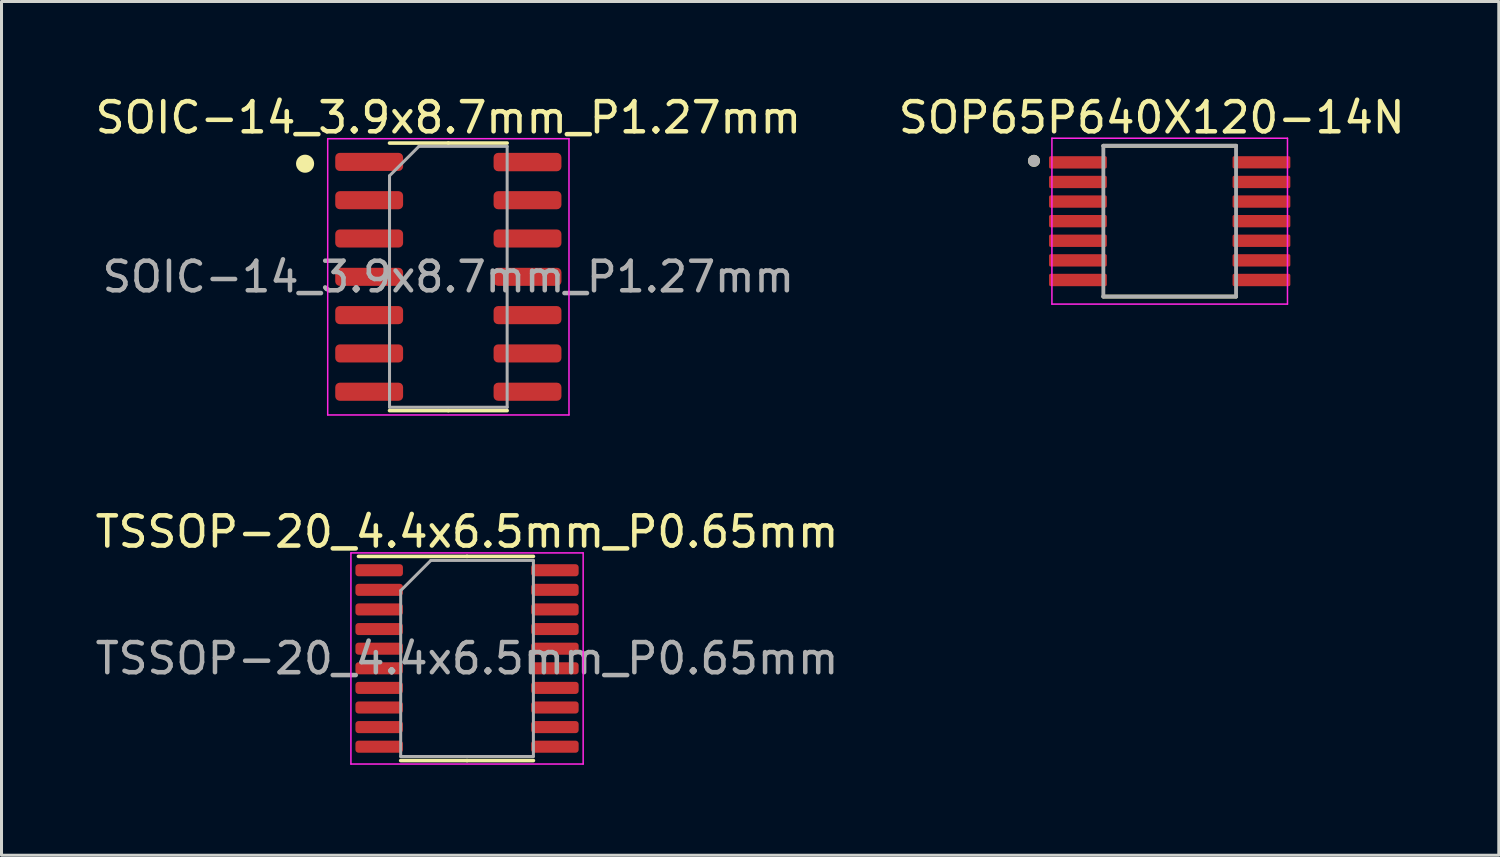
<source format=kicad_pcb>
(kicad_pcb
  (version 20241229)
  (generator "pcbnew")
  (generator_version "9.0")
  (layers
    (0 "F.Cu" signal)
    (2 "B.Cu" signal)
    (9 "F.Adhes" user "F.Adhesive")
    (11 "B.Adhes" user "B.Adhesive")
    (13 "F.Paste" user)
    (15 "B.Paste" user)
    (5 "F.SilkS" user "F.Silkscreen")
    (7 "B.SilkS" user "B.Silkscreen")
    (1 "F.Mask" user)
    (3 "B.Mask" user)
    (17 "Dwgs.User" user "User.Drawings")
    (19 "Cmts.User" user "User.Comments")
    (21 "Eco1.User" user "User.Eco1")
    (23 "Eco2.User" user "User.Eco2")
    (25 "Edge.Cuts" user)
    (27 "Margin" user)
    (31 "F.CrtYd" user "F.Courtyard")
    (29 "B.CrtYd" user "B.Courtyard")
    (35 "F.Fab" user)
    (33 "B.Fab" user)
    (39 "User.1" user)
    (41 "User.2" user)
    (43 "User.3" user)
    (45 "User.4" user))
  (footprint "TSSOP-20_4.4x6.5mm_P0.65mm"
    (layer "F.Cu")
    (at 12.435 18.782)
    (property "Reference" "TSSOP-20_4.4x6.5mm_P0.65mm" (at 0 -4.2 180) (layer "F.SilkS") (effects (font (size 1 1) (thickness 0.15))))
    (attr smd)
    (fp_line (start 0 -3.385) (end -3.6 -3.385) (stroke (width 0.12) (type solid)) (layer "F.SilkS"))
    (fp_line (start 0 -3.385) (end 2.2 -3.385) (stroke (width 0.12) (type solid)) (layer "F.SilkS"))
    (fp_line (start 0 3.385) (end -2.2 3.385) (stroke (width 0.12) (type solid)) (layer "F.SilkS"))
    (fp_line (start 0 3.385) (end 2.2 3.385) (stroke (width 0.12) (type solid)) (layer "F.SilkS"))
    (fp_line (start -3.85 -3.5) (end -3.85 3.5) (stroke (width 0.05) (type solid)) (layer "F.CrtYd"))
    (fp_line (start -3.85 3.5) (end 3.85 3.5) (stroke (width 0.05) (type solid)) (layer "F.CrtYd"))
    (fp_line (start 3.85 -3.5) (end -3.85 -3.5) (stroke (width 0.05) (type solid)) (layer "F.CrtYd"))
    (fp_line (start 3.85 3.5) (end 3.85 -3.5) (stroke (width 0.05) (type solid)) (layer "F.CrtYd"))
    (fp_line (start -2.2 -2.25) (end -1.2 -3.25) (stroke (width 0.1) (type solid)) (layer "F.Fab"))
    (fp_line (start -2.2 3.25) (end -2.2 -2.25) (stroke (width 0.1) (type solid)) (layer "F.Fab"))
    (fp_line (start -1.2 -3.25) (end 2.2 -3.25) (stroke (width 0.1) (type solid)) (layer "F.Fab"))
    (fp_line (start 2.2 -3.25) (end 2.2 3.25) (stroke (width 0.1) (type solid)) (layer "F.Fab"))
    (fp_line (start 2.2 3.25) (end -2.2 3.25) (stroke (width 0.1) (type solid)) (layer "F.Fab"))
    (fp_text user "${REFERENCE}" (at 0 0 180) (layer "F.Fab") (effects (font (size 1 1) (thickness 0.15))))
    (pad "1" smd roundrect (at -2.913 -2.925) (size 1.575 0.4) (layers "F.Cu" "F.Mask" "F.Paste") (roundrect_rratio 0.25))
    (pad "2" smd roundrect (at -2.913 -2.275) (size 1.575 0.4) (layers "F.Cu" "F.Mask" "F.Paste") (roundrect_rratio 0.25))
    (pad "3" smd roundrect (at -2.913 -1.625) (size 1.575 0.4) (layers "F.Cu" "F.Mask" "F.Paste") (roundrect_rratio 0.25))
    (pad "4" smd roundrect (at -2.913 -0.975) (size 1.575 0.4) (layers "F.Cu" "F.Mask" "F.Paste") (roundrect_rratio 0.25))
    (pad "5" smd roundrect (at -2.913 -0.325) (size 1.575 0.4) (layers "F.Cu" "F.Mask" "F.Paste") (roundrect_rratio 0.25))
    (pad "6" smd roundrect (at -2.913 0.325) (size 1.575 0.4) (layers "F.Cu" "F.Mask" "F.Paste") (roundrect_rratio 0.25))
    (pad "7" smd roundrect (at -2.913 0.975) (size 1.575 0.4) (layers "F.Cu" "F.Mask" "F.Paste") (roundrect_rratio 0.25))
    (pad "8" smd roundrect (at -2.913 1.625) (size 1.575 0.4) (layers "F.Cu" "F.Mask" "F.Paste") (roundrect_rratio 0.25))
    (pad "9" smd roundrect (at -2.913 2.275) (size 1.575 0.4) (layers "F.Cu" "F.Mask" "F.Paste") (roundrect_rratio 0.25))
    (pad "10" smd roundrect (at -2.913 2.925) (size 1.575 0.4) (layers "F.Cu" "F.Mask" "F.Paste") (roundrect_rratio 0.25))
    (pad "11" smd roundrect (at 2.913 2.925) (size 1.575 0.4) (layers "F.Cu" "F.Mask" "F.Paste") (roundrect_rratio 0.25))
    (pad "12" smd roundrect (at 2.913 2.275) (size 1.575 0.4) (layers "F.Cu" "F.Mask" "F.Paste") (roundrect_rratio 0.25))
    (pad "13" smd roundrect (at 2.913 1.625) (size 1.575 0.4) (layers "F.Cu" "F.Mask" "F.Paste") (roundrect_rratio 0.25))
    (pad "14" smd roundrect (at 2.913 0.975) (size 1.575 0.4) (layers "F.Cu" "F.Mask" "F.Paste") (roundrect_rratio 0.25))
    (pad "15" smd roundrect (at 2.913 0.325) (size 1.575 0.4) (layers "F.Cu" "F.Mask" "F.Paste") (roundrect_rratio 0.25))
    (pad "16" smd roundrect (at 2.913 -0.325) (size 1.575 0.4) (layers "F.Cu" "F.Mask" "F.Paste") (roundrect_rratio 0.25))
    (pad "17" smd roundrect (at 2.913 -0.975) (size 1.575 0.4) (layers "F.Cu" "F.Mask" "F.Paste") (roundrect_rratio 0.25))
    (pad "18" smd roundrect (at 2.913 -1.625) (size 1.575 0.4) (layers "F.Cu" "F.Mask" "F.Paste") (roundrect_rratio 0.25))
    (pad "19" smd roundrect (at 2.913 -2.275) (size 1.575 0.4) (layers "F.Cu" "F.Mask" "F.Paste") (roundrect_rratio 0.25))
    (pad "20" smd roundrect (at 2.913 -2.925) (size 1.575 0.4) (layers "F.Cu" "F.Mask" "F.Paste") (roundrect_rratio 0.25)))
  (footprint "SOIC-14_3.9x8.7mm_P1.27mm"
    (layer "F.Cu")
    (at 11.815 6.128)
    (property "Reference" "SOIC-14_3.9x8.7mm_P1.27mm" (at 0 -5.28 0) (layer "F.SilkS") (effects (font (size 1 1) (thickness 0.15))))
    (attr smd)
    (fp_line (start 0 -4.435) (end -1.95 -4.435) (stroke (width 0.12) (type solid)) (layer "F.SilkS"))
    (fp_line (start 0 -4.435) (end 1.95 -4.435) (stroke (width 0.12) (type solid)) (layer "F.SilkS"))
    (fp_line (start 0 4.435) (end -1.95 4.435) (stroke (width 0.12) (type solid)) (layer "F.SilkS"))
    (fp_line (start 0 4.435) (end 1.95 4.435) (stroke (width 0.12) (type solid)) (layer "F.SilkS"))
    (fp_circle (center -4.75 -3.75) (end -4.5 -3.75) (stroke (width 0.1) (type solid)) (fill yes) (layer "F.SilkS"))
    (fp_line (start -4 -4.58) (end -4 4.58) (stroke (width 0.05) (type solid)) (layer "F.CrtYd"))
    (fp_line (start -4 4.58) (end 4 4.58) (stroke (width 0.05) (type solid)) (layer "F.CrtYd"))
    (fp_line (start 4 -4.58) (end -4 -4.58) (stroke (width 0.05) (type solid)) (layer "F.CrtYd"))
    (fp_line (start 4 4.58) (end 4 -4.58) (stroke (width 0.05) (type solid)) (layer "F.CrtYd"))
    (fp_line (start -1.95 -3.35) (end -0.975 -4.325) (stroke (width 0.1) (type solid)) (layer "F.Fab"))
    (fp_line (start -1.95 4.325) (end -1.95 -3.35) (stroke (width 0.1) (type solid)) (layer "F.Fab"))
    (fp_line (start -0.975 -4.325) (end 1.95 -4.325) (stroke (width 0.1) (type solid)) (layer "F.Fab"))
    (fp_line (start 1.95 -4.325) (end 1.95 4.325) (stroke (width 0.1) (type solid)) (layer "F.Fab"))
    (fp_line (start 1.95 4.325) (end -1.95 4.325) (stroke (width 0.1) (type solid)) (layer "F.Fab"))
    (fp_text user "${REFERENCE}" (at 0 0 0) (layer "F.Fab") (effects (font (size 0.98 0.98) (thickness 0.15))))
    (pad "1" smd roundrect (at -2.625 -3.81) (size 2.25 0.6) (layers "F.Cu" "F.Mask" "F.Paste") (roundrect_rratio 0.25))
    (pad "2" smd roundrect (at -2.625 -2.54) (size 2.25 0.6) (layers "F.Cu" "F.Mask" "F.Paste") (roundrect_rratio 0.25))
    (pad "3" smd roundrect (at -2.625 -1.27) (size 2.25 0.6) (layers "F.Cu" "F.Mask" "F.Paste") (roundrect_rratio 0.25))
    (pad "4" smd roundrect (at -2.625 0) (size 2.25 0.6) (layers "F.Cu" "F.Mask" "F.Paste") (roundrect_rratio 0.25))
    (pad "5" smd roundrect (at -2.625 1.27) (size 2.25 0.6) (layers "F.Cu" "F.Mask" "F.Paste") (roundrect_rratio 0.25))
    (pad "6" smd roundrect (at -2.625 2.54) (size 2.25 0.6) (layers "F.Cu" "F.Mask" "F.Paste") (roundrect_rratio 0.25))
    (pad "7" smd roundrect (at -2.625 3.81) (size 2.25 0.6) (layers "F.Cu" "F.Mask" "F.Paste") (roundrect_rratio 0.25))
    (pad "8" smd roundrect (at 2.625 3.81) (size 2.25 0.6) (layers "F.Cu" "F.Mask" "F.Paste") (roundrect_rratio 0.25))
    (pad "9" smd roundrect (at 2.625 2.54) (size 2.25 0.6) (layers "F.Cu" "F.Mask" "F.Paste") (roundrect_rratio 0.25))
    (pad "10" smd roundrect (at 2.625 1.27) (size 2.25 0.6) (layers "F.Cu" "F.Mask" "F.Paste") (roundrect_rratio 0.25))
    (pad "11" smd roundrect (at 2.625 0) (size 2.25 0.6) (layers "F.Cu" "F.Mask" "F.Paste") (roundrect_rratio 0.25))
    (pad "12" smd roundrect (at 2.625 -1.27) (size 2.25 0.6) (layers "F.Cu" "F.Mask" "F.Paste") (roundrect_rratio 0.25))
    (pad "13" smd roundrect (at 2.625 -2.54) (size 2.25 0.6) (layers "F.Cu" "F.Mask" "F.Paste") (roundrect_rratio 0.25))
    (pad "14" smd roundrect (at 2.625 -3.805) (size 2.25 0.61) (layers "F.Cu" "F.Mask" "F.Paste") (roundrect_rratio 0.25)))
  (footprint "SOP65P640X120-14N"
    (layer "F.Cu")
    (at 35.732 4.283)
    (property "Reference" "SOP65P640X120-14N" (at -0.595 -3.435 0) (layer "F.SilkS") (effects (font (size 1 1) (thickness 0.15))))
    (attr smd)
    (fp_line (start -2.2 -2.5) (end 2.2 -2.5) (stroke (width 0.127) (type solid)) (layer "F.SilkS"))
    (fp_line (start -2.2 2.5) (end 2.2 2.5) (stroke (width 0.127) (type solid)) (layer "F.SilkS"))
    (fp_circle (center -4.5 -2) (end -4.4 -2) (stroke (width 0.2) (type solid)) (fill no) (layer "F.SilkS"))
    (fp_line (start -3.905 -2.75) (end -3.905 2.75) (stroke (width 0.05) (type solid)) (layer "F.CrtYd"))
    (fp_line (start -3.905 -2.75) (end 3.905 -2.75) (stroke (width 0.05) (type solid)) (layer "F.CrtYd"))
    (fp_line (start -3.905 2.75) (end 3.905 2.75) (stroke (width 0.05) (type solid)) (layer "F.CrtYd"))
    (fp_line (start 3.905 -2.75) (end 3.905 2.75) (stroke (width 0.05) (type solid)) (layer "F.CrtYd"))
    (fp_line (start -2.2 -2.5) (end -2.2 2.5) (stroke (width 0.127) (type solid)) (layer "F.Fab"))
    (fp_line (start -2.2 -2.5) (end 2.2 -2.5) (stroke (width 0.127) (type solid)) (layer "F.Fab"))
    (fp_line (start -2.2 2.5) (end 2.2 2.5) (stroke (width 0.127) (type solid)) (layer "F.Fab"))
    (fp_line (start 2.2 -2.5) (end 2.2 2.5) (stroke (width 0.127) (type solid)) (layer "F.Fab"))
    (fp_circle (center -4.5 -2) (end -4.4 -2) (stroke (width 0.2) (type solid)) (fill no) (layer "F.Fab"))
    (pad "1" smd roundrect (at -3.042 -1.95) (size 1.915 0.41) (layers "F.Cu" "F.Mask" "F.Paste") (roundrect_rratio 0.125))
    (pad "2" smd roundrect (at -3.042 -1.3) (size 1.915 0.41) (layers "F.Cu" "F.Mask" "F.Paste") (roundrect_rratio 0.125))
    (pad "3" smd roundrect (at -3.042 -0.65) (size 1.915 0.41) (layers "F.Cu" "F.Mask" "F.Paste") (roundrect_rratio 0.125))
    (pad "4" smd roundrect (at -3.042 0) (size 1.915 0.41) (layers "F.Cu" "F.Mask" "F.Paste") (roundrect_rratio 0.125))
    (pad "5" smd roundrect (at -3.042 0.65) (size 1.915 0.41) (layers "F.Cu" "F.Mask" "F.Paste") (roundrect_rratio 0.125))
    (pad "6" smd roundrect (at -3.042 1.3) (size 1.915 0.41) (layers "F.Cu" "F.Mask" "F.Paste") (roundrect_rratio 0.125))
    (pad "7" smd roundrect (at -3.042 1.95) (size 1.915 0.41) (layers "F.Cu" "F.Mask" "F.Paste") (roundrect_rratio 0.125))
    (pad "8" smd roundrect (at 3.042 1.95) (size 1.915 0.41) (layers "F.Cu" "F.Mask" "F.Paste") (roundrect_rratio 0.125))
    (pad "9" smd roundrect (at 3.042 1.3) (size 1.915 0.41) (layers "F.Cu" "F.Mask" "F.Paste") (roundrect_rratio 0.125))
    (pad "10" smd roundrect (at 3.042 0.65) (size 1.915 0.41) (layers "F.Cu" "F.Mask" "F.Paste") (roundrect_rratio 0.125))
    (pad "11" smd roundrect (at 3.042 0) (size 1.915 0.41) (layers "F.Cu" "F.Mask" "F.Paste") (roundrect_rratio 0.125))
    (pad "12" smd roundrect (at 3.042 -0.65) (size 1.915 0.41) (layers "F.Cu" "F.Mask" "F.Paste") (roundrect_rratio 0.125))
    (pad "13" smd roundrect (at 3.042 -1.3) (size 1.915 0.41) (layers "F.Cu" "F.Mask" "F.Paste") (roundrect_rratio 0.125))
    (pad "14" smd roundrect (at 3.042 -1.952) (size 1.915 0.405) (layers "F.Cu" "F.Mask" "F.Paste") (roundrect_rratio 0.125)))
  (gr_rect
    (start -3 -3)
    (end 46.643 25.306)
    (stroke (width 0.1) (type default))
    (fill no)
    (layer "Edge.Cuts")))
</source>
